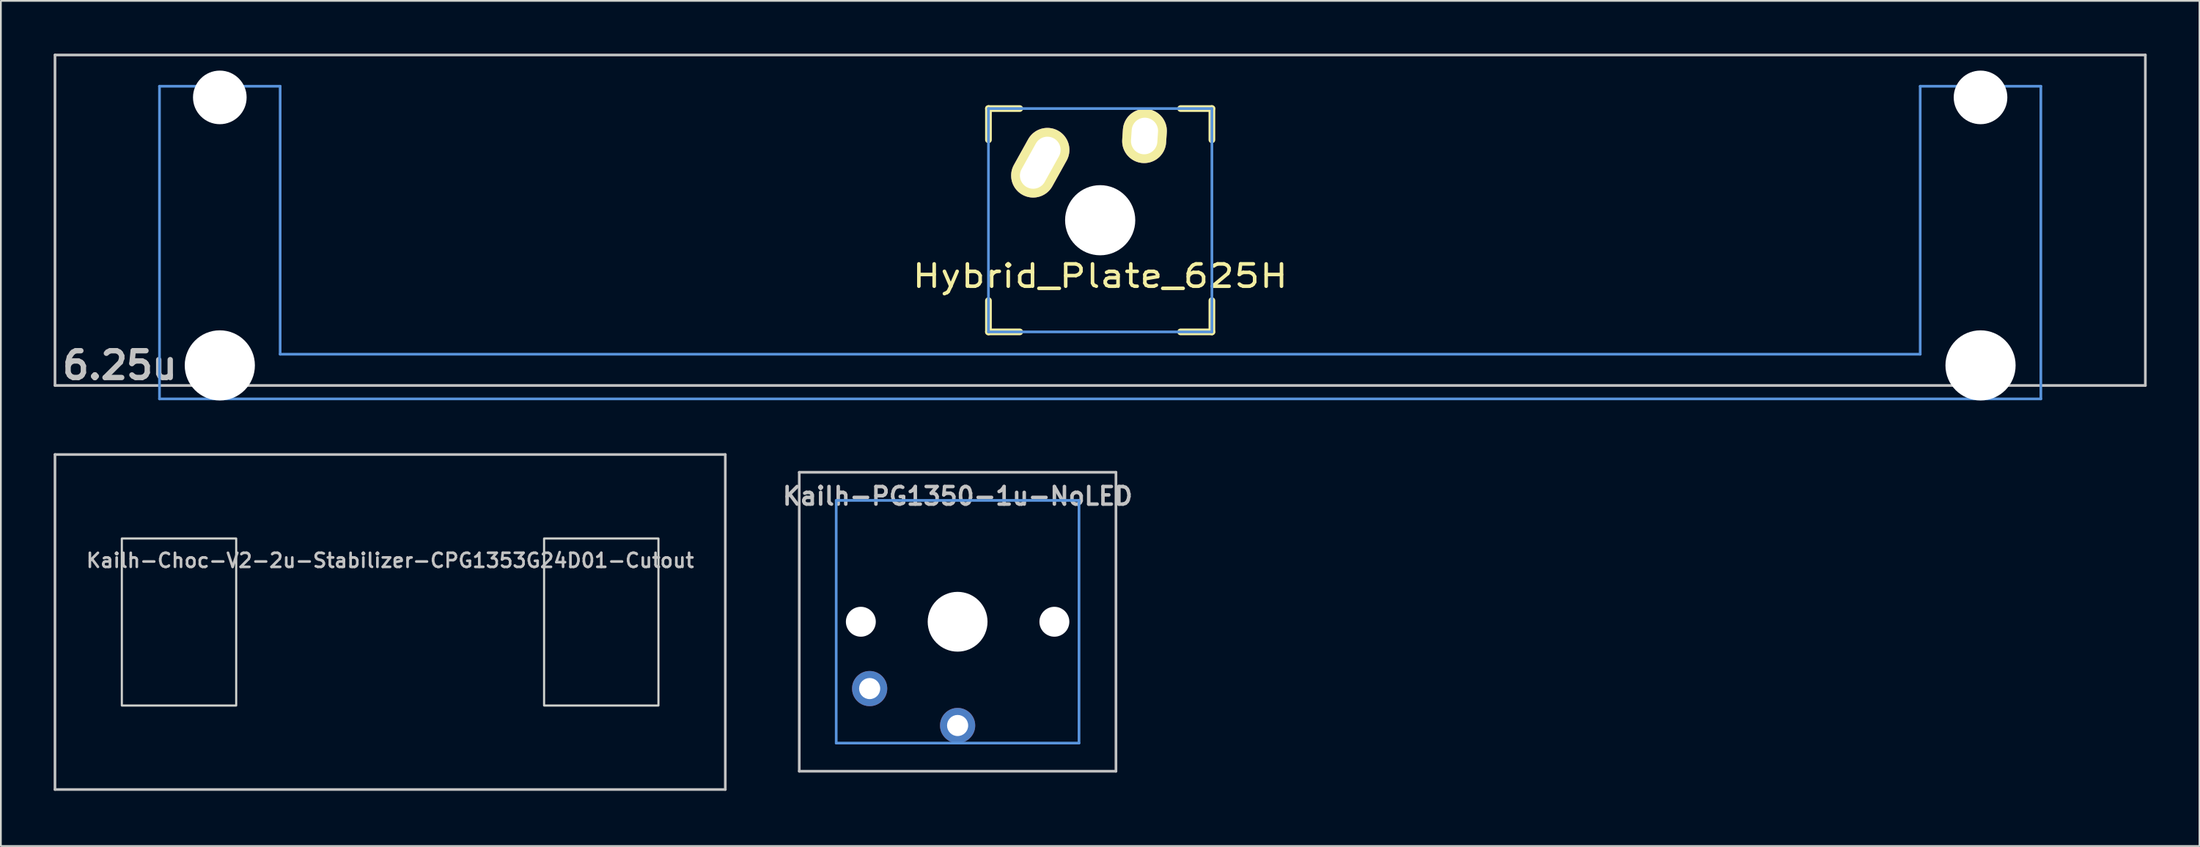
<source format=kicad_pcb>
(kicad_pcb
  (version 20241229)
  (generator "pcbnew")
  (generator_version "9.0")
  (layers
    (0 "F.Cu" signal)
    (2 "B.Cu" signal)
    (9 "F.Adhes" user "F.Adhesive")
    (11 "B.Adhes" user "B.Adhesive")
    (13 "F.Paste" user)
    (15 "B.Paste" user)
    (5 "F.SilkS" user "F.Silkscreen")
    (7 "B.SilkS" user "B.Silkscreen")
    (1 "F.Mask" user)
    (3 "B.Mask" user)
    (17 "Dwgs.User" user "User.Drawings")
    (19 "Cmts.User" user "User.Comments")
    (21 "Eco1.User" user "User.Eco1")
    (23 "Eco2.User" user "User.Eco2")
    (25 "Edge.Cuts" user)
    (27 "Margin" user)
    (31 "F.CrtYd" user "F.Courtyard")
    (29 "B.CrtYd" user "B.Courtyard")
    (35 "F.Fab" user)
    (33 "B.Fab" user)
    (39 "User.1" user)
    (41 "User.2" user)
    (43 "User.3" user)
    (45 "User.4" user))
  (footprint "Hybrid_Plate_625H"
    (layer "F.Cu")
    (at 59.482 9.474)
    (property "Reference" "Hybrid_Plate_625H" (at 0 3.175 0) (layer "F.SilkS") (effects (font (size 1.27 1.524) (thickness 0.203))))
    (attr through_hole)
    (fp_line (start -6.35 -6.35) (end -4.572 -6.35) (stroke (width 0.381) (type solid)) (layer "F.SilkS"))
    (fp_line (start -6.35 -4.572) (end -6.35 -6.35) (stroke (width 0.381) (type solid)) (layer "F.SilkS"))
    (fp_line (start -6.35 6.35) (end -6.35 4.572) (stroke (width 0.381) (type solid)) (layer "F.SilkS"))
    (fp_line (start -4.572 6.35) (end -6.35 6.35) (stroke (width 0.381) (type solid)) (layer "F.SilkS"))
    (fp_line (start 4.572 -6.35) (end 6.35 -6.35) (stroke (width 0.381) (type solid)) (layer "F.SilkS"))
    (fp_line (start 6.35 -6.35) (end 6.35 -4.572) (stroke (width 0.381) (type solid)) (layer "F.SilkS"))
    (fp_line (start 6.35 4.572) (end 6.35 6.35) (stroke (width 0.381) (type solid)) (layer "F.SilkS"))
    (fp_line (start 6.35 6.35) (end 4.572 6.35) (stroke (width 0.381) (type solid)) (layer "F.SilkS"))
    (fp_line (start -59.406 -9.398) (end 59.406 -9.398) (stroke (width 0.152) (type solid)) (layer "Dwgs.User"))
    (fp_line (start -59.406 9.398) (end -59.406 -9.398) (stroke (width 0.152) (type solid)) (layer "Dwgs.User"))
    (fp_line (start 59.406 -9.398) (end 59.406 9.398) (stroke (width 0.152) (type solid)) (layer "Dwgs.User"))
    (fp_line (start 59.406 9.398) (end -59.406 9.398) (stroke (width 0.152) (type solid)) (layer "Dwgs.User"))
    (fp_line (start -53.467 -7.62) (end -53.467 10.16) (stroke (width 0.152) (type solid)) (layer "Cmts.User"))
    (fp_line (start -53.467 10.16) (end 53.467 10.16) (stroke (width 0.152) (type solid)) (layer "Cmts.User"))
    (fp_line (start -46.609 -7.62) (end -53.467 -7.62) (stroke (width 0.152) (type solid)) (layer "Cmts.User"))
    (fp_line (start -46.609 7.62) (end -46.609 -7.62) (stroke (width 0.152) (type solid)) (layer "Cmts.User"))
    (fp_line (start -6.35 -6.35) (end 6.35 -6.35) (stroke (width 0.152) (type solid)) (layer "Cmts.User"))
    (fp_line (start -6.35 6.35) (end -6.35 -6.35) (stroke (width 0.152) (type solid)) (layer "Cmts.User"))
    (fp_line (start 6.35 -6.35) (end 6.35 6.35) (stroke (width 0.152) (type solid)) (layer "Cmts.User"))
    (fp_line (start 6.35 6.35) (end -6.35 6.35) (stroke (width 0.152) (type solid)) (layer "Cmts.User"))
    (fp_line (start 46.609 -7.62) (end 46.609 7.62) (stroke (width 0.152) (type solid)) (layer "Cmts.User"))
    (fp_line (start 46.609 7.62) (end -46.609 7.62) (stroke (width 0.152) (type solid)) (layer "Cmts.User"))
    (fp_line (start 53.467 -7.62) (end 46.609 -7.62) (stroke (width 0.152) (type solid)) (layer "Cmts.User"))
    (fp_line (start 53.467 10.16) (end 53.467 -7.62) (stroke (width 0.152) (type solid)) (layer "Cmts.User"))
    (fp_line (start -54.229 -2.286) (end -53.365 -2.286) (stroke (width 0.152) (type solid)) (layer "Eco2.User"))
    (fp_line (start -54.229 0.508) (end -54.229 -2.286) (stroke (width 0.152) (type solid)) (layer "Eco2.User"))
    (fp_line (start -53.365 -5.69) (end -46.711 -5.69) (stroke (width 0.152) (type solid)) (layer "Eco2.User"))
    (fp_line (start -53.365 -2.286) (end -53.365 -5.69) (stroke (width 0.152) (type solid)) (layer "Eco2.User"))
    (fp_line (start -53.365 0.508) (end -54.229 0.508) (stroke (width 0.152) (type solid)) (layer "Eco2.User"))
    (fp_line (start -53.365 6.604) (end -53.365 0.508) (stroke (width 0.152) (type solid)) (layer "Eco2.User"))
    (fp_line (start -52.324 6.604) (end -53.365 6.604) (stroke (width 0.152) (type solid)) (layer "Eco2.User"))
    (fp_line (start -52.324 7.772) (end -52.324 6.604) (stroke (width 0.152) (type solid)) (layer "Eco2.User"))
    (fp_line (start -47.752 6.604) (end -47.752 7.772) (stroke (width 0.152) (type solid)) (layer "Eco2.User"))
    (fp_line (start -47.752 7.772) (end -52.324 7.772) (stroke (width 0.152) (type solid)) (layer "Eco2.User"))
    (fp_line (start -46.711 -5.69) (end -46.711 -2.286) (stroke (width 0.152) (type solid)) (layer "Eco2.User"))
    (fp_line (start -46.711 -2.286) (end -6.985 -2.286) (stroke (width 0.152) (type solid)) (layer "Eco2.User"))
    (fp_line (start -46.711 2.286) (end -46.711 6.604) (stroke (width 0.152) (type solid)) (layer "Eco2.User"))
    (fp_line (start -46.711 6.604) (end -47.752 6.604) (stroke (width 0.152) (type solid)) (layer "Eco2.User"))
    (fp_line (start -6.985 -6.985) (end 6.985 -6.985) (stroke (width 0.152) (type solid)) (layer "Eco2.User"))
    (fp_line (start -6.985 -2.286) (end -6.985 -6.985) (stroke (width 0.152) (type solid)) (layer "Eco2.User"))
    (fp_line (start -6.985 2.286) (end -46.711 2.286) (stroke (width 0.152) (type solid)) (layer "Eco2.User"))
    (fp_line (start -6.985 6.985) (end -6.985 2.286) (stroke (width 0.152) (type solid)) (layer "Eco2.User"))
    (fp_line (start 6.985 -6.985) (end 6.985 -2.286) (stroke (width 0.152) (type solid)) (layer "Eco2.User"))
    (fp_line (start 6.985 -2.286) (end 46.711 -2.286) (stroke (width 0.152) (type solid)) (layer "Eco2.User"))
    (fp_line (start 6.985 2.286) (end 6.985 6.985) (stroke (width 0.152) (type solid)) (layer "Eco2.User"))
    (fp_line (start 6.985 6.985) (end -6.985 6.985) (stroke (width 0.152) (type solid)) (layer "Eco2.User"))
    (fp_line (start 46.711 -5.69) (end 53.365 -5.69) (stroke (width 0.152) (type solid)) (layer "Eco2.User"))
    (fp_line (start 46.711 -2.286) (end 46.711 -5.69) (stroke (width 0.152) (type solid)) (layer "Eco2.User"))
    (fp_line (start 46.711 2.286) (end 6.985 2.286) (stroke (width 0.152) (type solid)) (layer "Eco2.User"))
    (fp_line (start 46.711 6.604) (end 46.711 2.286) (stroke (width 0.152) (type solid)) (layer "Eco2.User"))
    (fp_line (start 47.752 6.604) (end 46.711 6.604) (stroke (width 0.152) (type solid)) (layer "Eco2.User"))
    (fp_line (start 47.752 7.772) (end 47.752 6.604) (stroke (width 0.152) (type solid)) (layer "Eco2.User"))
    (fp_line (start 52.324 6.604) (end 52.324 7.772) (stroke (width 0.152) (type solid)) (layer "Eco2.User"))
    (fp_line (start 52.324 7.772) (end 47.752 7.772) (stroke (width 0.152) (type solid)) (layer "Eco2.User"))
    (fp_line (start 53.365 -5.69) (end 53.365 -2.286) (stroke (width 0.152) (type solid)) (layer "Eco2.User"))
    (fp_line (start 53.365 -2.286) (end 54.229 -2.286) (stroke (width 0.152) (type solid)) (layer "Eco2.User"))
    (fp_line (start 53.365 0.508) (end 53.365 6.604) (stroke (width 0.152) (type solid)) (layer "Eco2.User"))
    (fp_line (start 53.365 6.604) (end 52.324 6.604) (stroke (width 0.152) (type solid)) (layer "Eco2.User"))
    (fp_line (start 54.229 -2.286) (end 54.229 0.508) (stroke (width 0.152) (type solid)) (layer "Eco2.User"))
    (fp_line (start 54.229 0.508) (end 53.365 0.508) (stroke (width 0.152) (type solid)) (layer "Eco2.User"))
    (fp_text user "6.25u" (at -55.723 8.255 0) (layer "Dwgs.User") (effects (font (size 1.524 1.524) (thickness 0.305))))
    (pad "" np_thru_hole circle (at -50.038 -6.985) (size 3.048 3.048) (drill 3.048) (layers "*.Cu"))
    (pad "" np_thru_hole circle (at -50.038 8.255) (size 3.988 3.988) (drill 3.988) (layers "*.Cu"))
    (pad "" np_thru_hole circle (at 0 0) (size 3.988 3.988) (drill 3.988) (layers "*.Cu"))
    (pad "" np_thru_hole circle (at 50.038 -6.985) (size 3.048 3.048) (drill 3.048) (layers "*.Cu"))
    (pad "" np_thru_hole circle (at 50.038 8.255) (size 3.988 3.988) (drill 3.988) (layers "*.Cu"))
    (pad "1" thru_hole oval (at -3.405 -3.27 330.95) (size 2.5 4.17) (drill oval 1.5 3.17) (layers "*.Cu" "*.Mask" "F.SilkS"))
    (pad "2" thru_hole oval (at 2.52 -4.79 356.1) (size 2.5 3.08) (drill oval 1.5 2.08) (layers "*.Cu" "*.Mask" "F.SilkS")))
  (footprint "Kailh-Choc-V2-2u-Stabilizer-CPG1353G24D01-Cutout"
    (layer "F.Cu")
    (at 19.125 32.323)
    (property "Reference" "Kailh-Choc-V2-2u-Stabilizer-CPG1353G24D01-Cutout" (at 0 -3.5 0) (layer "Dwgs.User") (effects (font (size 0.8 0.8) (thickness 0.15))))
    (attr smd)
    (fp_line (start -19.05 9.525) (end -19.05 -9.525) (stroke (width 0.15) (type solid)) (layer "Dwgs.User"))
    (fp_line (start 19.05 -9.525) (end -19.05 -9.525) (stroke (width 0.15) (type solid)) (layer "Dwgs.User"))
    (fp_line (start 19.05 9.525) (end -19.05 9.525) (stroke (width 0.15) (type solid)) (layer "Dwgs.User"))
    (fp_line (start 19.05 9.525) (end 19.05 -9.525) (stroke (width 0.15) (type solid)) (layer "Dwgs.User"))
    (fp_rect (start -8.75 -4.75) (end -15.25 4.75) (stroke (width 0.12) (type solid)) (fill no) (layer "Edge.Cuts"))
    (fp_rect (start 8.75 -4.75) (end 15.25 4.75) (stroke (width 0.12) (type solid)) (fill no) (layer "Edge.Cuts"))
    (fp_text user "Stabilizer Wire" (at 0 9.525 0) (unlocked yes) (layer "Eco1.User") (effects (font (size 0.8 0.8) (thickness 0.15)) (justify bottom))))
  (footprint "Kailh-PG1350-1u-NoLED"
    (layer "F.Cu")
    (at 51.379 32.308)
    (property "Reference" "Kailh-PG1350-1u-NoLED" (at 0 -7.144 180) (layer "Dwgs.User") (effects (font (size 1 1) (thickness 0.2))))
    (attr through_hole)
    (fp_line (start -9 -8.5) (end 9 -8.5) (stroke (width 0.152) (type solid)) (layer "Dwgs.User"))
    (fp_line (start -9 8.5) (end -9 -8.5) (stroke (width 0.152) (type solid)) (layer "Dwgs.User"))
    (fp_line (start 9 -8.5) (end 9 8.5) (stroke (width 0.152) (type solid)) (layer "Dwgs.User"))
    (fp_line (start 9 8.5) (end -9 8.5) (stroke (width 0.152) (type solid)) (layer "Dwgs.User"))
    (fp_line (start -6.9 -6.9) (end 6.9 -6.9) (stroke (width 0.152) (type solid)) (layer "Cmts.User"))
    (fp_line (start -6.9 6.9) (end -6.9 -6.9) (stroke (width 0.152) (type solid)) (layer "Cmts.User"))
    (fp_line (start 6.9 -6.9) (end 6.9 6.9) (stroke (width 0.152) (type solid)) (layer "Cmts.User"))
    (fp_line (start 6.9 6.9) (end -6.9 6.9) (stroke (width 0.152) (type solid)) (layer "Cmts.User"))
    (fp_line (start -9.525 -9.525) (end -9.525 9.525) (stroke (width 0.12) (type solid)) (layer "Eco1.User"))
    (fp_line (start -9.525 -9.525) (end 9.525 -9.525) (stroke (width 0.12) (type solid)) (layer "Eco1.User"))
    (fp_line (start -9.525 9.525) (end 9.525 9.525) (stroke (width 0.12) (type solid)) (layer "Eco1.User"))
    (fp_line (start 9.525 -9.525) (end 9.525 9.525) (stroke (width 0.12) (type solid)) (layer "Eco1.User"))
    (fp_line (start -7.5 -7.5) (end 7.5 -7.5) (stroke (width 0.152) (type solid)) (layer "Eco2.User"))
    (fp_line (start -7.5 7.5) (end -7.5 -7.5) (stroke (width 0.152) (type solid)) (layer "Eco2.User"))
    (fp_line (start 7.5 -7.5) (end 7.5 7.5) (stroke (width 0.152) (type solid)) (layer "Eco2.User"))
    (fp_line (start 7.5 7.5) (end -7.5 7.5) (stroke (width 0.152) (type solid)) (layer "Eco2.User"))
    (pad "" np_thru_hole circle (at -5.5 0 180) (size 1.7 1.7) (drill 1.7) (layers "*.Cu" "*.Mask"))
    (pad "" np_thru_hole circle (at 0 0 180) (size 3.4 3.4) (drill 3.4) (layers "*.Cu" "*.Mask"))
    (pad "" np_thru_hole circle (at 5.5 0 180) (size 1.7 1.7) (drill 1.7) (layers "*.Cu" "*.Mask"))
    (pad "1" thru_hole circle (at 0 5.9 180) (size 2 2) (drill 1.2) (layers "*.Cu" "*.Mask"))
    (pad "2" thru_hole circle (at -5 3.8 41.9) (size 2 2) (drill 1.2) (layers "*.Cu" "*.Mask")))
  (gr_rect
    (start -3 -3)
    (end 121.963 45.061)
    (stroke (width 0.1) (type default))
    (fill no)
    (layer "Edge.Cuts")))
</source>
